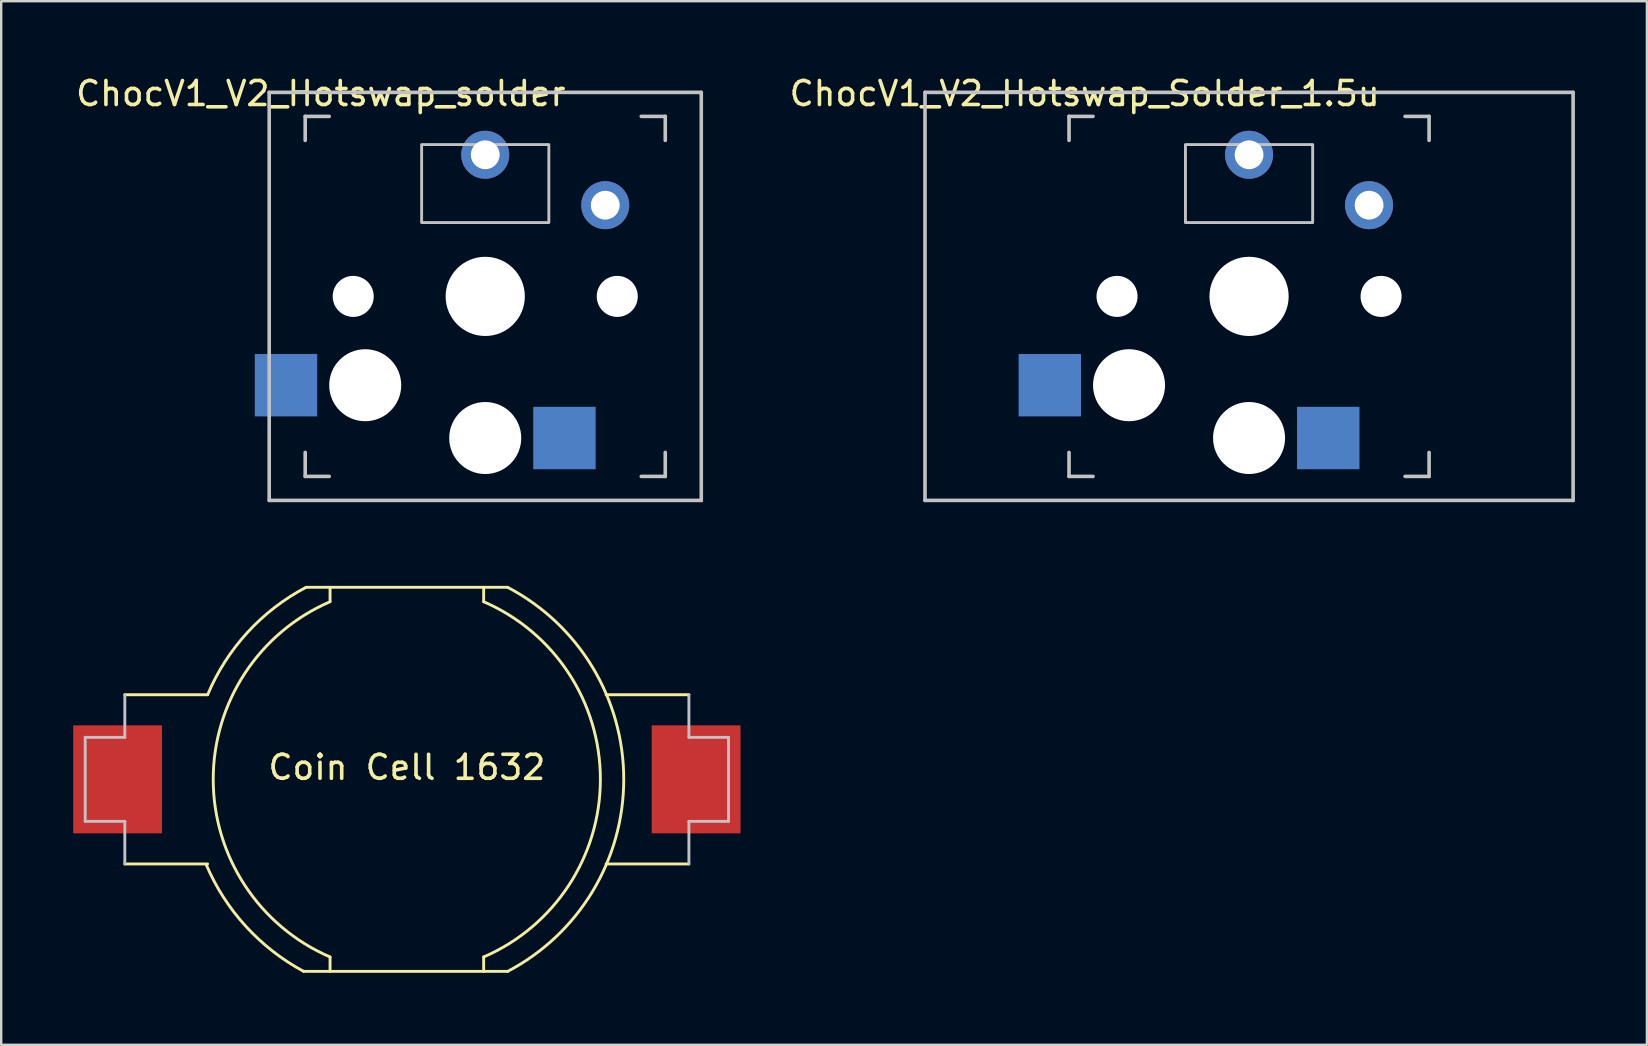
<source format=kicad_pcb>
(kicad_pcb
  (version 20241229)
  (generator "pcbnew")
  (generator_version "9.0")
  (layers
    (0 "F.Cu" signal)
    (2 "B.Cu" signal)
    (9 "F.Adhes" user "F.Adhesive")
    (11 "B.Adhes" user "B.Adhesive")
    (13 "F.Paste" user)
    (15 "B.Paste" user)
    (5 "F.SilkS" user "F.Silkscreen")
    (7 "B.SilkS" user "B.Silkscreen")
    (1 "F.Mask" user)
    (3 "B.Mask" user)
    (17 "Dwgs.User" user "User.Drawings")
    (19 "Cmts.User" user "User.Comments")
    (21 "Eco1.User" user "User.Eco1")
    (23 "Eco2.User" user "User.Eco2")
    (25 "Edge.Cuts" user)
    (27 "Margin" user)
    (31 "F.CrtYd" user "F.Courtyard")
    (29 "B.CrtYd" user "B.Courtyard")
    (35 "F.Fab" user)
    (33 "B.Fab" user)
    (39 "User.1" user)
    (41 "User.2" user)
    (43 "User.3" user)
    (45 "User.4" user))
  (footprint "ChocV1_V2_Hotswap_solder"
    (layer "F.Cu")
    (at 17.165 9.298)
    (property "Reference" "ChocV1_V2_Hotswap_solder" (at -6.85 -8.45 0) (layer "F.SilkS") (effects (font (size 1 1) (thickness 0.15))))
    (attr through_hole)
    (fp_line (start -9 -8.5) (end 9 -8.5) (stroke (width 0.15) (type solid)) (layer "Dwgs.User"))
    (fp_line (start -9 8.5) (end -9 -8.5) (stroke (width 0.15) (type solid)) (layer "Dwgs.User"))
    (fp_line (start -7.5 -7.5) (end -6.5 -7.5) (stroke (width 0.15) (type solid)) (layer "Dwgs.User"))
    (fp_line (start -7.5 -6.5) (end -7.5 -7.5) (stroke (width 0.15) (type solid)) (layer "Dwgs.User"))
    (fp_line (start -7.5 7.5) (end -7.5 6.5) (stroke (width 0.15) (type solid)) (layer "Dwgs.User"))
    (fp_line (start -6.5 7.5) (end -7.5 7.5) (stroke (width 0.15) (type solid)) (layer "Dwgs.User"))
    (fp_line (start 6.5 7.5) (end 7.5 7.5) (stroke (width 0.15) (type solid)) (layer "Dwgs.User"))
    (fp_line (start 7.5 -7.5) (end 6.5 -7.5) (stroke (width 0.15) (type solid)) (layer "Dwgs.User"))
    (fp_line (start 7.5 -6.5) (end 7.5 -7.5) (stroke (width 0.15) (type solid)) (layer "Dwgs.User"))
    (fp_line (start 7.5 7.5) (end 7.5 6.5) (stroke (width 0.15) (type solid)) (layer "Dwgs.User"))
    (fp_line (start 9 -8.5) (end 9 8.5) (stroke (width 0.15) (type solid)) (layer "Dwgs.User"))
    (fp_line (start 9 8.5) (end -9 8.5) (stroke (width 0.15) (type solid)) (layer "Dwgs.User"))
    (fp_rect (start -2.65 -3.075) (end 2.65 -6.325) (stroke (width 0.12) (type solid)) (fill no) (layer "Dwgs.User"))
    (fp_rect (start -9.5 -9) (end 9.5 9) (stroke (width 0.12) (type solid)) (fill no) (layer "Eco1.User"))
    (pad "" np_thru_hole circle (at -5.5 0 90) (size 1.71 1.71) (drill 1.71) (layers "*.Cu"))
    (pad "" np_thru_hole circle (at -5 3.7 90) (size 3 3) (drill 3) (layers "*.Cu" "*.Mask"))
    (pad "" np_thru_hole circle (at 0 0 90) (size 3.3 3.3) (drill 3.3) (layers "*.Cu"))
    (pad "" np_thru_hole circle (at 0 5.9 90) (size 3 3) (drill 3) (layers "*.Cu" "*.Mask"))
    (pad "" np_thru_hole circle (at 5.5 0 90) (size 1.71 1.71) (drill 1.71) (layers "*.Cu"))
    (pad "1" smd rect (at -8.3 3.7 180) (size 2.6 2.6) (layers "B.Cu" "B.Mask" "B.Paste"))
    (pad "1" thru_hole circle (at 5 -3.8) (size 2 2) (drill 1.2) (layers "*.Cu" "B.Mask"))
    (pad "2" thru_hole circle (at 0 -5.9) (size 2 2) (drill 1.2) (layers "*.Cu" "B.Mask"))
    (pad "2" smd rect (at 3.3 5.9 180) (size 2.6 2.6) (layers "B.Cu" "B.Mask" "B.Paste")))
  (footprint "ChocV1_V2_Hotswap_Solder_1.5u"
    (layer "F.Cu")
    (at 48.986 9.298)
    (property "Reference" "ChocV1_V2_Hotswap_Solder_1.5u" (at -6.85 -8.45 0) (layer "F.SilkS") (effects (font (size 1 1) (thickness 0.15))))
    (attr through_hole)
    (fp_line (start -13.5 -8.5) (end 13.5 -8.5) (stroke (width 0.15) (type solid)) (layer "Dwgs.User"))
    (fp_line (start -13.5 8.5) (end -13.5 -8.5) (stroke (width 0.15) (type solid)) (layer "Dwgs.User"))
    (fp_line (start -7.5 -7.5) (end -6.5 -7.5) (stroke (width 0.15) (type solid)) (layer "Dwgs.User"))
    (fp_line (start -7.5 -6.5) (end -7.5 -7.5) (stroke (width 0.15) (type solid)) (layer "Dwgs.User"))
    (fp_line (start -7.5 7.5) (end -7.5 6.5) (stroke (width 0.15) (type solid)) (layer "Dwgs.User"))
    (fp_line (start -6.5 7.5) (end -7.5 7.5) (stroke (width 0.15) (type solid)) (layer "Dwgs.User"))
    (fp_line (start 6.5 7.5) (end 7.5 7.5) (stroke (width 0.15) (type solid)) (layer "Dwgs.User"))
    (fp_line (start 7.5 -7.5) (end 6.5 -7.5) (stroke (width 0.15) (type solid)) (layer "Dwgs.User"))
    (fp_line (start 7.5 -6.5) (end 7.5 -7.5) (stroke (width 0.15) (type solid)) (layer "Dwgs.User"))
    (fp_line (start 7.5 7.5) (end 7.5 6.5) (stroke (width 0.15) (type solid)) (layer "Dwgs.User"))
    (fp_line (start 13.5 -8.5) (end 13.5 8.5) (stroke (width 0.15) (type solid)) (layer "Dwgs.User"))
    (fp_line (start 13.5 8.5) (end -13.5 8.5) (stroke (width 0.15) (type solid)) (layer "Dwgs.User"))
    (fp_rect (start -2.65 -3.075) (end 2.65 -6.325) (stroke (width 0.12) (type solid)) (fill no) (layer "Dwgs.User"))
    (pad "" np_thru_hole circle (at -5.5 0 90) (size 1.71 1.71) (drill 1.71) (layers "*.Cu"))
    (pad "" np_thru_hole circle (at -5 3.7 90) (size 3 3) (drill 3) (layers "*.Cu" "*.Mask"))
    (pad "" np_thru_hole circle (at 0 0 90) (size 3.3 3.3) (drill 3.3) (layers "*.Cu"))
    (pad "" np_thru_hole circle (at 0 5.9 90) (size 3 3) (drill 3) (layers "*.Cu" "*.Mask"))
    (pad "" np_thru_hole circle (at 5.5 0 90) (size 1.71 1.71) (drill 1.71) (layers "*.Cu"))
    (pad "1" smd rect (at -8.3 3.7 180) (size 2.6 2.6) (layers "B.Cu" "B.Mask" "B.Paste"))
    (pad "1" thru_hole circle (at 5 -3.8) (size 2 2) (drill 1.2) (layers "*.Cu" "B.Mask"))
    (pad "2" thru_hole circle (at 0 -5.9) (size 2 2) (drill 1.2) (layers "*.Cu" "B.Mask"))
    (pad "2" smd rect (at 3.3 5.9 180) (size 2.6 2.6) (layers "B.Cu" "B.Mask" "B.Paste")))
  (footprint "Coin Cell 1632"
    (layer "F.Cu")
    (at 13.9 29.418)
    (property "Reference" "Coin Cell 1632" (at 0 -0.5 0) (unlocked yes) (layer "F.SilkS") (effects (font (size 1 1) (thickness 0.15))))
    (attr smd)
    (fp_line (start -11.75 -3.525) (end -8.3 -3.525) (stroke (width 0.12) (type solid)) (layer "F.SilkS"))
    (fp_line (start -11.75 3.525) (end -8.3 3.525) (stroke (width 0.12) (type solid)) (layer "F.SilkS"))
    (fp_line (start -4.2 -8) (end -3.2 -8) (stroke (width 0.12) (type solid)) (layer "F.SilkS"))
    (fp_line (start -3.2 -8) (end 3.2 -8) (stroke (width 0.12) (type solid)) (layer "F.SilkS"))
    (fp_line (start -3.2 -7.4) (end -3.2 -8) (stroke (width 0.12) (type solid)) (layer "F.SilkS"))
    (fp_line (start -3.2 8) (end -4.3 8) (stroke (width 0.12) (type solid)) (layer "F.SilkS"))
    (fp_line (start -3.2 8) (end -3.2 7.4) (stroke (width 0.12) (type solid)) (layer "F.SilkS"))
    (fp_line (start 3.2 -8) (end 4.2 -8) (stroke (width 0.12) (type solid)) (layer "F.SilkS"))
    (fp_line (start 3.2 -7.4) (end 3.2 -8) (stroke (width 0.12) (type solid)) (layer "F.SilkS"))
    (fp_line (start 3.2 8) (end -3.2 8) (stroke (width 0.12) (type solid)) (layer "F.SilkS"))
    (fp_line (start 3.2 8) (end 3.2 7.4) (stroke (width 0.12) (type solid)) (layer "F.SilkS"))
    (fp_line (start 3.2 8) (end 4.2 8) (stroke (width 0.12) (type solid)) (layer "F.SilkS"))
    (fp_line (start 11.75 -3.525) (end 8.3 -3.525) (stroke (width 0.12) (type solid)) (layer "F.SilkS"))
    (fp_line (start 11.75 3.525) (end 8.3 3.525) (stroke (width 0.12) (type solid)) (layer "F.SilkS"))
    (fp_arc (start -8.3 -3.525) (mid -6.640598 -6.120366) (end -4.2 -7.999999) (stroke (width 0.12) (type solid)) (layer "F.SilkS"))
    (fp_arc (start -4.3 8) (mid -6.709467 6.121524) (end -8.35972 3.550363) (stroke (width 0.12) (type solid)) (layer "F.SilkS"))
    (fp_arc (start -3.2 7.4) (mid -8.067365 0) (end -3.2 -7.4) (stroke (width 0.12) (type solid)) (layer "F.SilkS"))
    (fp_arc (start 3.2 -7.4) (mid 8.062262 0) (end 3.2 7.4) (stroke (width 0.12) (type solid)) (layer "F.SilkS"))
    (fp_arc (start 4.2 -7.999999) (mid 9.035485 0) (end 4.2 7.999999) (stroke (width 0.12) (type solid)) (layer "F.SilkS"))
    (fp_line (start -13.4 -1.75) (end -13.4 1.75) (stroke (width 0.12) (type solid)) (layer "Dwgs.User"))
    (fp_line (start -13.4 -1.75) (end -11.75 -1.75) (stroke (width 0.12) (type solid)) (layer "Dwgs.User"))
    (fp_line (start -13.4 1.75) (end -11.75 1.75) (stroke (width 0.12) (type solid)) (layer "Dwgs.User"))
    (fp_line (start -11.75 -3.525) (end -11.75 -1.75) (stroke (width 0.12) (type solid)) (layer "Dwgs.User"))
    (fp_line (start -11.75 1.75) (end -11.75 3.525) (stroke (width 0.12) (type solid)) (layer "Dwgs.User"))
    (fp_line (start 11.75 -1.75) (end 11.75 -3.525) (stroke (width 0.12) (type solid)) (layer "Dwgs.User"))
    (fp_line (start 11.75 3.525) (end 11.75 1.75) (stroke (width 0.12) (type solid)) (layer "Dwgs.User"))
    (fp_line (start 13.4 -1.75) (end 11.75 -1.75) (stroke (width 0.12) (type solid)) (layer "Dwgs.User"))
    (fp_line (start 13.4 1.75) (end 11.75 1.75) (stroke (width 0.12) (type solid)) (layer "Dwgs.User"))
    (fp_line (start 13.4 1.75) (end 13.4 -1.75) (stroke (width 0.12) (type solid)) (layer "Dwgs.User"))
    (pad "P" smd rect (at -12.05 0) (size 3.7 4.5) (layers "F.Cu" "F.Mask" "F.Paste"))
    (pad "P" smd rect (at 12.05 0) (size 3.7 4.5) (layers "F.Cu" "F.Mask" "F.Paste")))
  (gr_rect
    (start -3 -3)
    (end 65.561 40.478)
    (stroke (width 0.1) (type default))
    (fill no)
    (layer "Edge.Cuts")))
</source>
